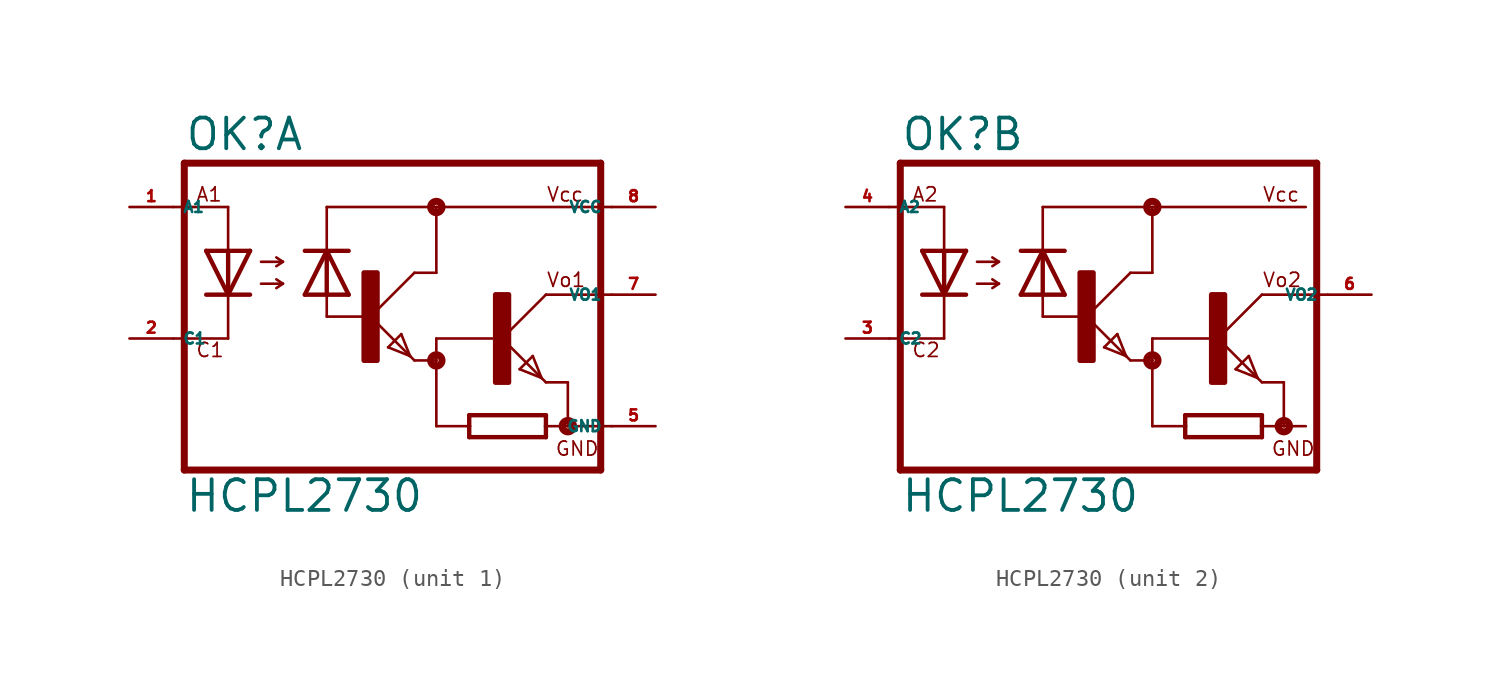
<source format=kicad_sym>
(kicad_symbol_lib
  (version 20220914)
  (generator kicad_symbol_editor)
  (symbol "HCPL2730"
    (property "Reference" "OK"
      (at -12.065 10.795 0)
      (effects (font (size 1.778 1.778) (thickness 0.22)) (justify left bottom)))
    (property "Value" "HCPL2730"
      (at -12.065 -10.16 0)
      (effects (font (size 1.778 1.778) (thickness 0.22)) (justify left bottom)))
    (symbol "HCPL2730_1_0"
      (rectangle (start -1.651 -1.27) (end -0.889 3.81) (stroke (width 0.3) (type default)) (fill (type outline)))
      (polyline (pts (xy -12.7 0) (xy -9.525 0)) (stroke (width 0.152) (type default)) (fill (type none)))
      (polyline (pts (xy -12.7 7.62) (xy -9.525 7.62)) (stroke (width 0.152) (type default)) (fill (type none)))
      (polyline (pts (xy -12.065 10.16) (xy -12.065 -7.62)) (stroke (width 0.406) (type default)) (fill (type none)))
      (polyline (pts (xy -9.525 0) (xy -9.525 2.54)) (stroke (width 0.152) (type default)) (fill (type none)))
      (polyline (pts (xy -9.525 2.54) (xy -10.795 2.54)) (stroke (width 0.254) (type default)) (fill (type none)))
      (polyline (pts (xy -9.525 2.54) (xy -10.795 5.08)) (stroke (width 0.254) (type default)) (fill (type none)))
      (polyline (pts (xy -9.525 5.08) (xy -10.795 5.08)) (stroke (width 0.254) (type default)) (fill (type none)))
      (polyline (pts (xy -9.525 5.08) (xy -9.525 2.54)) (stroke (width 0.254) (type default)) (fill (type none)))
      (polyline (pts (xy -9.525 5.08) (xy -9.525 7.62)) (stroke (width 0.152) (type default)) (fill (type none)))
      (polyline (pts (xy -8.255 2.54) (xy -9.525 2.54)) (stroke (width 0.254) (type default)) (fill (type none)))
      (polyline (pts (xy -8.255 5.08) (xy -9.525 2.54)) (stroke (width 0.254) (type default)) (fill (type none)))
      (polyline (pts (xy -8.255 5.08) (xy -9.525 5.08)) (stroke (width 0.254) (type default)) (fill (type none)))
      (polyline (pts (xy -7.62 3.175) (xy -6.35 3.175)) (stroke (width 0.152) (type default)) (fill (type none)))
      (polyline (pts (xy -7.62 4.445) (xy -6.35 4.445)) (stroke (width 0.152) (type default)) (fill (type none)))
      (polyline (pts (xy -6.35 3.175) (xy -6.731 2.921)) (stroke (width 0.152) (type default)) (fill (type none)))
      (polyline (pts (xy -6.35 3.175) (xy -6.731 3.429)) (stroke (width 0.152) (type default)) (fill (type none)))
      (polyline (pts (xy -6.35 4.445) (xy -6.731 4.191)) (stroke (width 0.152) (type default)) (fill (type none)))
      (polyline (pts (xy -6.35 4.445) (xy -6.731 4.699)) (stroke (width 0.152) (type default)) (fill (type none)))
      (polyline (pts (xy -5.08 2.54) (xy -3.81 2.54)) (stroke (width 0.254) (type default)) (fill (type none)))
      (polyline (pts (xy -5.08 2.54) (xy -3.81 5.08)) (stroke (width 0.254) (type default)) (fill (type none)))
      (polyline (pts (xy -5.08 5.08) (xy -3.81 5.08)) (stroke (width 0.254) (type default)) (fill (type none)))
      (polyline (pts (xy -3.81 1.27) (xy -3.81 2.54)) (stroke (width 0.152) (type default)) (fill (type none)))
      (polyline (pts (xy -3.81 1.27) (xy -1.27 1.27)) (stroke (width 0.152) (type default)) (fill (type none)))
      (polyline (pts (xy -3.81 2.54) (xy -3.81 5.08)) (stroke (width 0.254) (type default)) (fill (type none)))
      (polyline (pts (xy -3.81 2.54) (xy -2.54 2.54)) (stroke (width 0.254) (type default)) (fill (type none)))
      (polyline (pts (xy -3.81 5.08) (xy -2.54 2.54)) (stroke (width 0.254) (type default)) (fill (type none)))
      (polyline (pts (xy -3.81 5.08) (xy -2.54 5.08)) (stroke (width 0.254) (type default)) (fill (type none)))
      (polyline (pts (xy -3.81 7.62) (xy -3.81 5.08)) (stroke (width 0.152) (type default)) (fill (type none)))
      (polyline (pts (xy -3.81 7.62) (xy 2.54 7.62)) (stroke (width 0.152) (type default)) (fill (type none)))
      (polyline (pts (xy -1.27 1.27) (xy 1.016 -1.016)) (stroke (width 0.152) (type default)) (fill (type none)))
      (polyline (pts (xy -0.254 -0.508) (xy 0.508 0.254)) (stroke (width 0.152) (type default)) (fill (type none)))
      (polyline (pts (xy 0.508 0.254) (xy 1.016 -1.016)) (stroke (width 0.152) (type default)) (fill (type none)))
      (polyline (pts (xy 1.016 -1.016) (xy -0.254 -0.508)) (stroke (width 0.152) (type default)) (fill (type none)))
      (polyline (pts (xy 1.016 -1.016) (xy 1.27 -1.27)) (stroke (width 0.152) (type default)) (fill (type none)))
      (polyline (pts (xy 1.27 -1.27) (xy 2.54 -1.27)) (stroke (width 0.152) (type default)) (fill (type none)))
      (polyline (pts (xy 1.27 3.81) (xy -1.27 1.27)) (stroke (width 0.152) (type default)) (fill (type none)))
      (polyline (pts (xy 1.27 3.81) (xy 2.54 3.81)) (stroke (width 0.152) (type default)) (fill (type none)))
      (polyline (pts (xy 2.54 -5.08) (xy 4.445 -5.08)) (stroke (width 0.152) (type default)) (fill (type none)))
      (polyline (pts (xy 2.54 -1.27) (xy 2.54 -5.08)) (stroke (width 0.152) (type default)) (fill (type none)))
      (polyline (pts (xy 2.54 -1.27) (xy 2.54 0)) (stroke (width 0.152) (type default)) (fill (type none)))
      (polyline (pts (xy 2.54 0) (xy 6.35 0)) (stroke (width 0.152) (type default)) (fill (type none)))
      (polyline (pts (xy 2.54 3.81) (xy 2.54 7.62)) (stroke (width 0.152) (type default)) (fill (type none)))
      (polyline (pts (xy 2.54 7.62) (xy 12.7 7.62)) (stroke (width 0.152) (type default)) (fill (type none)))
      (polyline (pts (xy 4.445 -5.715) (xy 4.445 -5.08)) (stroke (width 0.254) (type default)) (fill (type none)))
      (polyline (pts (xy 4.445 -5.715) (xy 8.89 -5.715)) (stroke (width 0.254) (type default)) (fill (type none)))
      (polyline (pts (xy 4.445 -5.08) (xy 4.445 -4.445)) (stroke (width 0.254) (type default)) (fill (type none)))
      (polyline (pts (xy 4.445 -4.445) (xy 8.89 -4.445)) (stroke (width 0.254) (type default)) (fill (type none)))
      (polyline (pts (xy 6.35 0) (xy 8.636 -2.286)) (stroke (width 0.152) (type default)) (fill (type none)))
      (polyline (pts (xy 7.366 -1.778) (xy 8.128 -1.016)) (stroke (width 0.152) (type default)) (fill (type none)))
      (polyline (pts (xy 8.128 -1.016) (xy 8.636 -2.286)) (stroke (width 0.152) (type default)) (fill (type none)))
      (polyline (pts (xy 8.636 -2.286) (xy 7.366 -1.778)) (stroke (width 0.152) (type default)) (fill (type none)))
      (polyline (pts (xy 8.636 -2.286) (xy 8.89 -2.54)) (stroke (width 0.152) (type default)) (fill (type none)))
      (polyline (pts (xy 8.89 -5.08) (xy 8.89 -5.715)) (stroke (width 0.254) (type default)) (fill (type none)))
      (polyline (pts (xy 8.89 -5.08) (xy 10.16 -5.08)) (stroke (width 0.152) (type default)) (fill (type none)))
      (polyline (pts (xy 8.89 -4.445) (xy 8.89 -5.08)) (stroke (width 0.254) (type default)) (fill (type none)))
      (polyline (pts (xy 8.89 2.54) (xy 6.35 0)) (stroke (width 0.152) (type default)) (fill (type none)))
      (polyline (pts (xy 8.89 2.54) (xy 12.7 2.54)) (stroke (width 0.152) (type default)) (fill (type none)))
      (polyline (pts (xy 10.16 -5.08) (xy 10.16 -2.54)) (stroke (width 0.152) (type default)) (fill (type none)))
      (polyline (pts (xy 10.16 -5.08) (xy 12.7 -5.08)) (stroke (width 0.152) (type default)) (fill (type none)))
      (polyline (pts (xy 10.16 -2.54) (xy 8.89 -2.54)) (stroke (width 0.152) (type default)) (fill (type none)))
      (polyline (pts (xy 12.065 -7.62) (xy -12.065 -7.62)) (stroke (width 0.406) (type default)) (fill (type none)))
      (polyline (pts (xy 12.065 10.16) (xy -12.065 10.16)) (stroke (width 0.406) (type default)) (fill (type none)))
      (polyline (pts (xy 12.065 10.16) (xy 12.065 -7.62)) (stroke (width 0.406) (type default)) (fill (type none)))
      (circle (center 2.54 -1.27) (radius 0.127) (stroke (width 0.406) (type default)) (fill (type none)))
      (circle (center 2.54 7.62) (radius 0.127) (stroke (width 0.406) (type default)) (fill (type none)))
      (rectangle (start 5.969 -2.54) (end 6.731 2.54) (stroke (width 0.3) (type default)) (fill (type outline)))
      (circle (center 10.16 -5.08) (radius 0.127) (stroke (width 0.406) (type default)) (fill (type none)))
      (text "A1" (at -11.43 7.874 0) (effects (font (size 0.813 0.813) (thickness 0.1)) (justify left bottom)))
      (text "C1" (at -11.43 -1.143 0) (effects (font (size 0.813 0.813) (thickness 0.1)) (justify left bottom)))
      (text "GND" (at 9.398 -6.858 0) (effects (font (size 0.813 0.813) (thickness 0.1)) (justify left bottom)))
      (text "Vcc" (at 8.89 7.874 0) (effects (font (size 0.813 0.813) (thickness 0.1)) (justify left bottom)))
      (text "Vo1" (at 8.89 2.921 0) (effects (font (size 0.813 0.813) (thickness 0.1)) (justify left bottom)))
      (pin passive line (at -15.24 7.62 0) (length 2.54) (name "A1" (effects (font (size 0.635 0.635)))) (number "1" (effects (font (size 0.635 0.635)))))
      (pin passive line (at -15.24 0 0) (length 2.54) (name "C1" (effects (font (size 0.635 0.635)))) (number "2" (effects (font (size 0.635 0.635)))))
      (pin passive line (at 15.24 -5.08 180) (length 2.54) (name "GND" (effects (font (size 0.635 0.635)))) (number "5" (effects (font (size 0.635 0.635)))))
      (pin passive line (at 15.24 2.54 180) (length 2.54) (name "VO1" (effects (font (size 0.635 0.635)))) (number "7" (effects (font (size 0.635 0.635)))))
      (pin passive line (at 15.24 7.62 180) (length 2.54) (name "VCC" (effects (font (size 0.635 0.635)))) (number "8" (effects (font (size 0.635 0.635))))))
    (symbol "HCPL2730_2_0"
      (rectangle (start -1.651 -1.27) (end -0.889 3.81) (stroke (width 0.3) (type default)) (fill (type outline)))
      (polyline (pts (xy -12.7 0) (xy -9.525 0)) (stroke (width 0.152) (type default)) (fill (type none)))
      (polyline (pts (xy -12.7 7.62) (xy -9.525 7.62)) (stroke (width 0.152) (type default)) (fill (type none)))
      (polyline (pts (xy -12.065 10.16) (xy -12.065 -7.62)) (stroke (width 0.406) (type default)) (fill (type none)))
      (polyline (pts (xy -9.525 0) (xy -9.525 2.54)) (stroke (width 0.152) (type default)) (fill (type none)))
      (polyline (pts (xy -9.525 2.54) (xy -10.795 2.54)) (stroke (width 0.254) (type default)) (fill (type none)))
      (polyline (pts (xy -9.525 2.54) (xy -10.795 5.08)) (stroke (width 0.254) (type default)) (fill (type none)))
      (polyline (pts (xy -9.525 5.08) (xy -10.795 5.08)) (stroke (width 0.254) (type default)) (fill (type none)))
      (polyline (pts (xy -9.525 5.08) (xy -9.525 2.54)) (stroke (width 0.254) (type default)) (fill (type none)))
      (polyline (pts (xy -9.525 5.08) (xy -9.525 7.62)) (stroke (width 0.152) (type default)) (fill (type none)))
      (polyline (pts (xy -8.255 2.54) (xy -9.525 2.54)) (stroke (width 0.254) (type default)) (fill (type none)))
      (polyline (pts (xy -8.255 5.08) (xy -9.525 2.54)) (stroke (width 0.254) (type default)) (fill (type none)))
      (polyline (pts (xy -8.255 5.08) (xy -9.525 5.08)) (stroke (width 0.254) (type default)) (fill (type none)))
      (polyline (pts (xy -7.62 3.175) (xy -6.35 3.175)) (stroke (width 0.152) (type default)) (fill (type none)))
      (polyline (pts (xy -7.62 4.445) (xy -6.35 4.445)) (stroke (width 0.152) (type default)) (fill (type none)))
      (polyline (pts (xy -6.35 3.175) (xy -6.731 2.921)) (stroke (width 0.152) (type default)) (fill (type none)))
      (polyline (pts (xy -6.35 3.175) (xy -6.731 3.429)) (stroke (width 0.152) (type default)) (fill (type none)))
      (polyline (pts (xy -6.35 4.445) (xy -6.731 4.191)) (stroke (width 0.152) (type default)) (fill (type none)))
      (polyline (pts (xy -6.35 4.445) (xy -6.731 4.699)) (stroke (width 0.152) (type default)) (fill (type none)))
      (polyline (pts (xy -5.08 2.54) (xy -3.81 2.54)) (stroke (width 0.254) (type default)) (fill (type none)))
      (polyline (pts (xy -5.08 2.54) (xy -3.81 5.08)) (stroke (width 0.254) (type default)) (fill (type none)))
      (polyline (pts (xy -5.08 5.08) (xy -3.81 5.08)) (stroke (width 0.254) (type default)) (fill (type none)))
      (polyline (pts (xy -3.81 1.27) (xy -3.81 2.54)) (stroke (width 0.152) (type default)) (fill (type none)))
      (polyline (pts (xy -3.81 1.27) (xy -1.27 1.27)) (stroke (width 0.152) (type default)) (fill (type none)))
      (polyline (pts (xy -3.81 2.54) (xy -3.81 5.08)) (stroke (width 0.254) (type default)) (fill (type none)))
      (polyline (pts (xy -3.81 2.54) (xy -2.54 2.54)) (stroke (width 0.254) (type default)) (fill (type none)))
      (polyline (pts (xy -3.81 5.08) (xy -2.54 2.54)) (stroke (width 0.254) (type default)) (fill (type none)))
      (polyline (pts (xy -3.81 5.08) (xy -2.54 5.08)) (stroke (width 0.254) (type default)) (fill (type none)))
      (polyline (pts (xy -3.81 7.62) (xy -3.81 5.08)) (stroke (width 0.152) (type default)) (fill (type none)))
      (polyline (pts (xy -3.81 7.62) (xy 2.54 7.62)) (stroke (width 0.152) (type default)) (fill (type none)))
      (polyline (pts (xy -1.27 1.27) (xy 1.016 -1.016)) (stroke (width 0.152) (type default)) (fill (type none)))
      (polyline (pts (xy -0.254 -0.508) (xy 0.508 0.254)) (stroke (width 0.152) (type default)) (fill (type none)))
      (polyline (pts (xy 0.508 0.254) (xy 1.016 -1.016)) (stroke (width 0.152) (type default)) (fill (type none)))
      (polyline (pts (xy 1.016 -1.016) (xy -0.254 -0.508)) (stroke (width 0.152) (type default)) (fill (type none)))
      (polyline (pts (xy 1.016 -1.016) (xy 1.27 -1.27)) (stroke (width 0.152) (type default)) (fill (type none)))
      (polyline (pts (xy 1.27 -1.27) (xy 2.54 -1.27)) (stroke (width 0.152) (type default)) (fill (type none)))
      (polyline (pts (xy 1.27 3.81) (xy -1.27 1.27)) (stroke (width 0.152) (type default)) (fill (type none)))
      (polyline (pts (xy 1.27 3.81) (xy 2.54 3.81)) (stroke (width 0.152) (type default)) (fill (type none)))
      (polyline (pts (xy 2.54 -5.08) (xy 4.445 -5.08)) (stroke (width 0.152) (type default)) (fill (type none)))
      (polyline (pts (xy 2.54 -1.27) (xy 2.54 -5.08)) (stroke (width 0.152) (type default)) (fill (type none)))
      (polyline (pts (xy 2.54 -1.27) (xy 2.54 0)) (stroke (width 0.152) (type default)) (fill (type none)))
      (polyline (pts (xy 2.54 0) (xy 6.35 0)) (stroke (width 0.152) (type default)) (fill (type none)))
      (polyline (pts (xy 2.54 3.81) (xy 2.54 7.62)) (stroke (width 0.152) (type default)) (fill (type none)))
      (polyline (pts (xy 2.54 7.62) (xy 11.43 7.62)) (stroke (width 0.152) (type default)) (fill (type none)))
      (polyline (pts (xy 4.445 -5.715) (xy 4.445 -5.08)) (stroke (width 0.254) (type default)) (fill (type none)))
      (polyline (pts (xy 4.445 -5.715) (xy 8.89 -5.715)) (stroke (width 0.254) (type default)) (fill (type none)))
      (polyline (pts (xy 4.445 -5.08) (xy 4.445 -4.445)) (stroke (width 0.254) (type default)) (fill (type none)))
      (polyline (pts (xy 4.445 -4.445) (xy 8.89 -4.445)) (stroke (width 0.254) (type default)) (fill (type none)))
      (polyline (pts (xy 6.35 0) (xy 8.636 -2.286)) (stroke (width 0.152) (type default)) (fill (type none)))
      (polyline (pts (xy 7.366 -1.778) (xy 8.128 -1.016)) (stroke (width 0.152) (type default)) (fill (type none)))
      (polyline (pts (xy 8.128 -1.016) (xy 8.636 -2.286)) (stroke (width 0.152) (type default)) (fill (type none)))
      (polyline (pts (xy 8.636 -2.286) (xy 7.366 -1.778)) (stroke (width 0.152) (type default)) (fill (type none)))
      (polyline (pts (xy 8.636 -2.286) (xy 8.89 -2.54)) (stroke (width 0.152) (type default)) (fill (type none)))
      (polyline (pts (xy 8.89 -5.08) (xy 8.89 -5.715)) (stroke (width 0.254) (type default)) (fill (type none)))
      (polyline (pts (xy 8.89 -5.08) (xy 10.16 -5.08)) (stroke (width 0.152) (type default)) (fill (type none)))
      (polyline (pts (xy 8.89 -4.445) (xy 8.89 -5.08)) (stroke (width 0.254) (type default)) (fill (type none)))
      (polyline (pts (xy 8.89 2.54) (xy 6.35 0)) (stroke (width 0.152) (type default)) (fill (type none)))
      (polyline (pts (xy 8.89 2.54) (xy 12.7 2.54)) (stroke (width 0.152) (type default)) (fill (type none)))
      (polyline (pts (xy 10.16 -5.08) (xy 10.16 -2.54)) (stroke (width 0.152) (type default)) (fill (type none)))
      (polyline (pts (xy 10.16 -5.08) (xy 11.43 -5.08)) (stroke (width 0.152) (type default)) (fill (type none)))
      (polyline (pts (xy 10.16 -2.54) (xy 8.89 -2.54)) (stroke (width 0.152) (type default)) (fill (type none)))
      (polyline (pts (xy 12.065 -7.62) (xy -12.065 -7.62)) (stroke (width 0.406) (type default)) (fill (type none)))
      (polyline (pts (xy 12.065 10.16) (xy -12.065 10.16)) (stroke (width 0.406) (type default)) (fill (type none)))
      (polyline (pts (xy 12.065 10.16) (xy 12.065 -7.62)) (stroke (width 0.406) (type default)) (fill (type none)))
      (circle (center 2.54 -1.27) (radius 0.127) (stroke (width 0.406) (type default)) (fill (type none)))
      (circle (center 2.54 7.62) (radius 0.127) (stroke (width 0.406) (type default)) (fill (type none)))
      (rectangle (start 5.969 -2.54) (end 6.731 2.54) (stroke (width 0.3) (type default)) (fill (type outline)))
      (circle (center 10.16 -5.08) (radius 0.127) (stroke (width 0.406) (type default)) (fill (type none)))
      (text "A2" (at -11.43 7.874 0) (effects (font (size 0.813 0.813) (thickness 0.1)) (justify left bottom)))
      (text "C2" (at -11.43 -1.143 0) (effects (font (size 0.813 0.813) (thickness 0.1)) (justify left bottom)))
      (text "GND" (at 9.398 -6.858 0) (effects (font (size 0.813 0.813) (thickness 0.1)) (justify left bottom)))
      (text "Vcc" (at 8.89 7.874 0) (effects (font (size 0.813 0.813) (thickness 0.1)) (justify left bottom)))
      (text "Vo2" (at 8.89 2.921 0) (effects (font (size 0.813 0.813) (thickness 0.1)) (justify left bottom)))
      (pin passive line (at -15.24 0 0) (length 2.54) (name "C2" (effects (font (size 0.635 0.635)))) (number "3" (effects (font (size 0.635 0.635)))))
      (pin passive line (at -15.24 7.62 0) (length 2.54) (name "A2" (effects (font (size 0.635 0.635)))) (number "4" (effects (font (size 0.635 0.635)))))
      (pin passive line (at 15.24 2.54 180) (length 2.54) (name "VO2" (effects (font (size 0.635 0.635)))) (number "6" (effects (font (size 0.635 0.635))))))))
</source>
